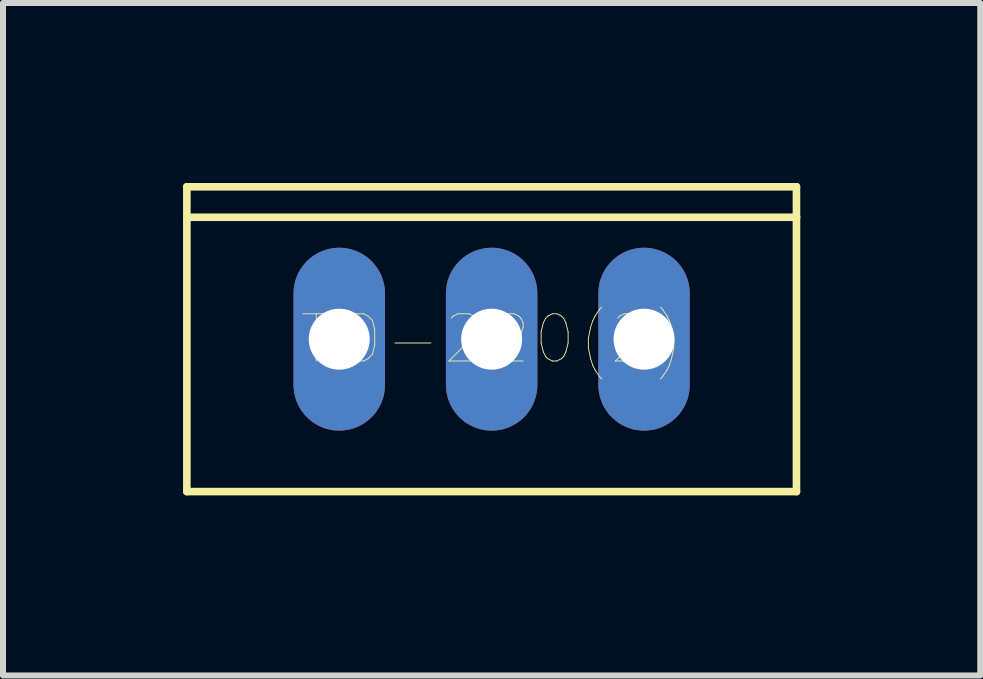
<source format=kicad_pcb>
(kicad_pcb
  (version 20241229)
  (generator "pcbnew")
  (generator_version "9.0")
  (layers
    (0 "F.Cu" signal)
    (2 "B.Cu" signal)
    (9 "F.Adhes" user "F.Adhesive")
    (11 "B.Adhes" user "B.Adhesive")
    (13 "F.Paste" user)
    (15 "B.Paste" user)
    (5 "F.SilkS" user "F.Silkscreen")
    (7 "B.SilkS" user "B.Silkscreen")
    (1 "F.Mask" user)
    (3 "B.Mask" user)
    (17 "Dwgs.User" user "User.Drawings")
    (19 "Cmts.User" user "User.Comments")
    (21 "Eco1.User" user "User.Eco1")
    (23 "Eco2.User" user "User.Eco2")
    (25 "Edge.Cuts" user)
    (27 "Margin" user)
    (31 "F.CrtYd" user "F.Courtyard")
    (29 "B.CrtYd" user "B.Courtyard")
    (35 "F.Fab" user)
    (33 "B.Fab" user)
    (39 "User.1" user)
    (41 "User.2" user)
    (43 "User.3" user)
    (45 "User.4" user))
  (footprint "TO-220(2)"
    (layer "F.Cu")
    (at 5.144 2.603)
    (property "Reference" "TO-220(2)" (at 0 0 0) (layer "F.SilkS") (effects (font (size 0.787 0.787) (thickness 0.015))))
    (attr through_hole)
    (fp_line (start -5.08 -2.54) (end 5.08 -2.54) (stroke (width 0.127) (type solid)) (layer "F.SilkS"))
    (fp_line (start -5.08 -2.032) (end -5.08 -2.54) (stroke (width 0.127) (type solid)) (layer "F.SilkS"))
    (fp_line (start -5.08 -2.032) (end 5.08 -2.032) (stroke (width 0.127) (type solid)) (layer "F.SilkS"))
    (fp_line (start -5.08 2.54) (end -5.08 -2.032) (stroke (width 0.127) (type solid)) (layer "F.SilkS"))
    (fp_line (start 5.08 -2.54) (end 5.08 -2.032) (stroke (width 0.127) (type solid)) (layer "F.SilkS"))
    (fp_line (start 5.08 -2.032) (end 5.08 2.54) (stroke (width 0.127) (type solid)) (layer "F.SilkS"))
    (fp_line (start 5.08 2.54) (end -5.08 2.54) (stroke (width 0.127) (type solid)) (layer "F.SilkS"))
    (pad "GND" thru_hole oval (at 0 0) (size 1.524 3.048) (drill 1.016) (layers "*.Cu" "*.Mask"))
    (pad "IN" thru_hole oval (at -2.54 0) (size 1.524 3.048) (drill 1.016) (layers "*.Cu" "*.Mask"))
    (pad "OUT" thru_hole oval (at 2.54 0) (size 1.524 3.048) (drill 1.016) (layers "*.Cu" "*.Mask")))
  (gr_rect
    (start -3 -3)
    (end 13.287 8.207)
    (stroke (width 0.1) (type default))
    (fill no)
    (layer "Edge.Cuts")))
</source>
